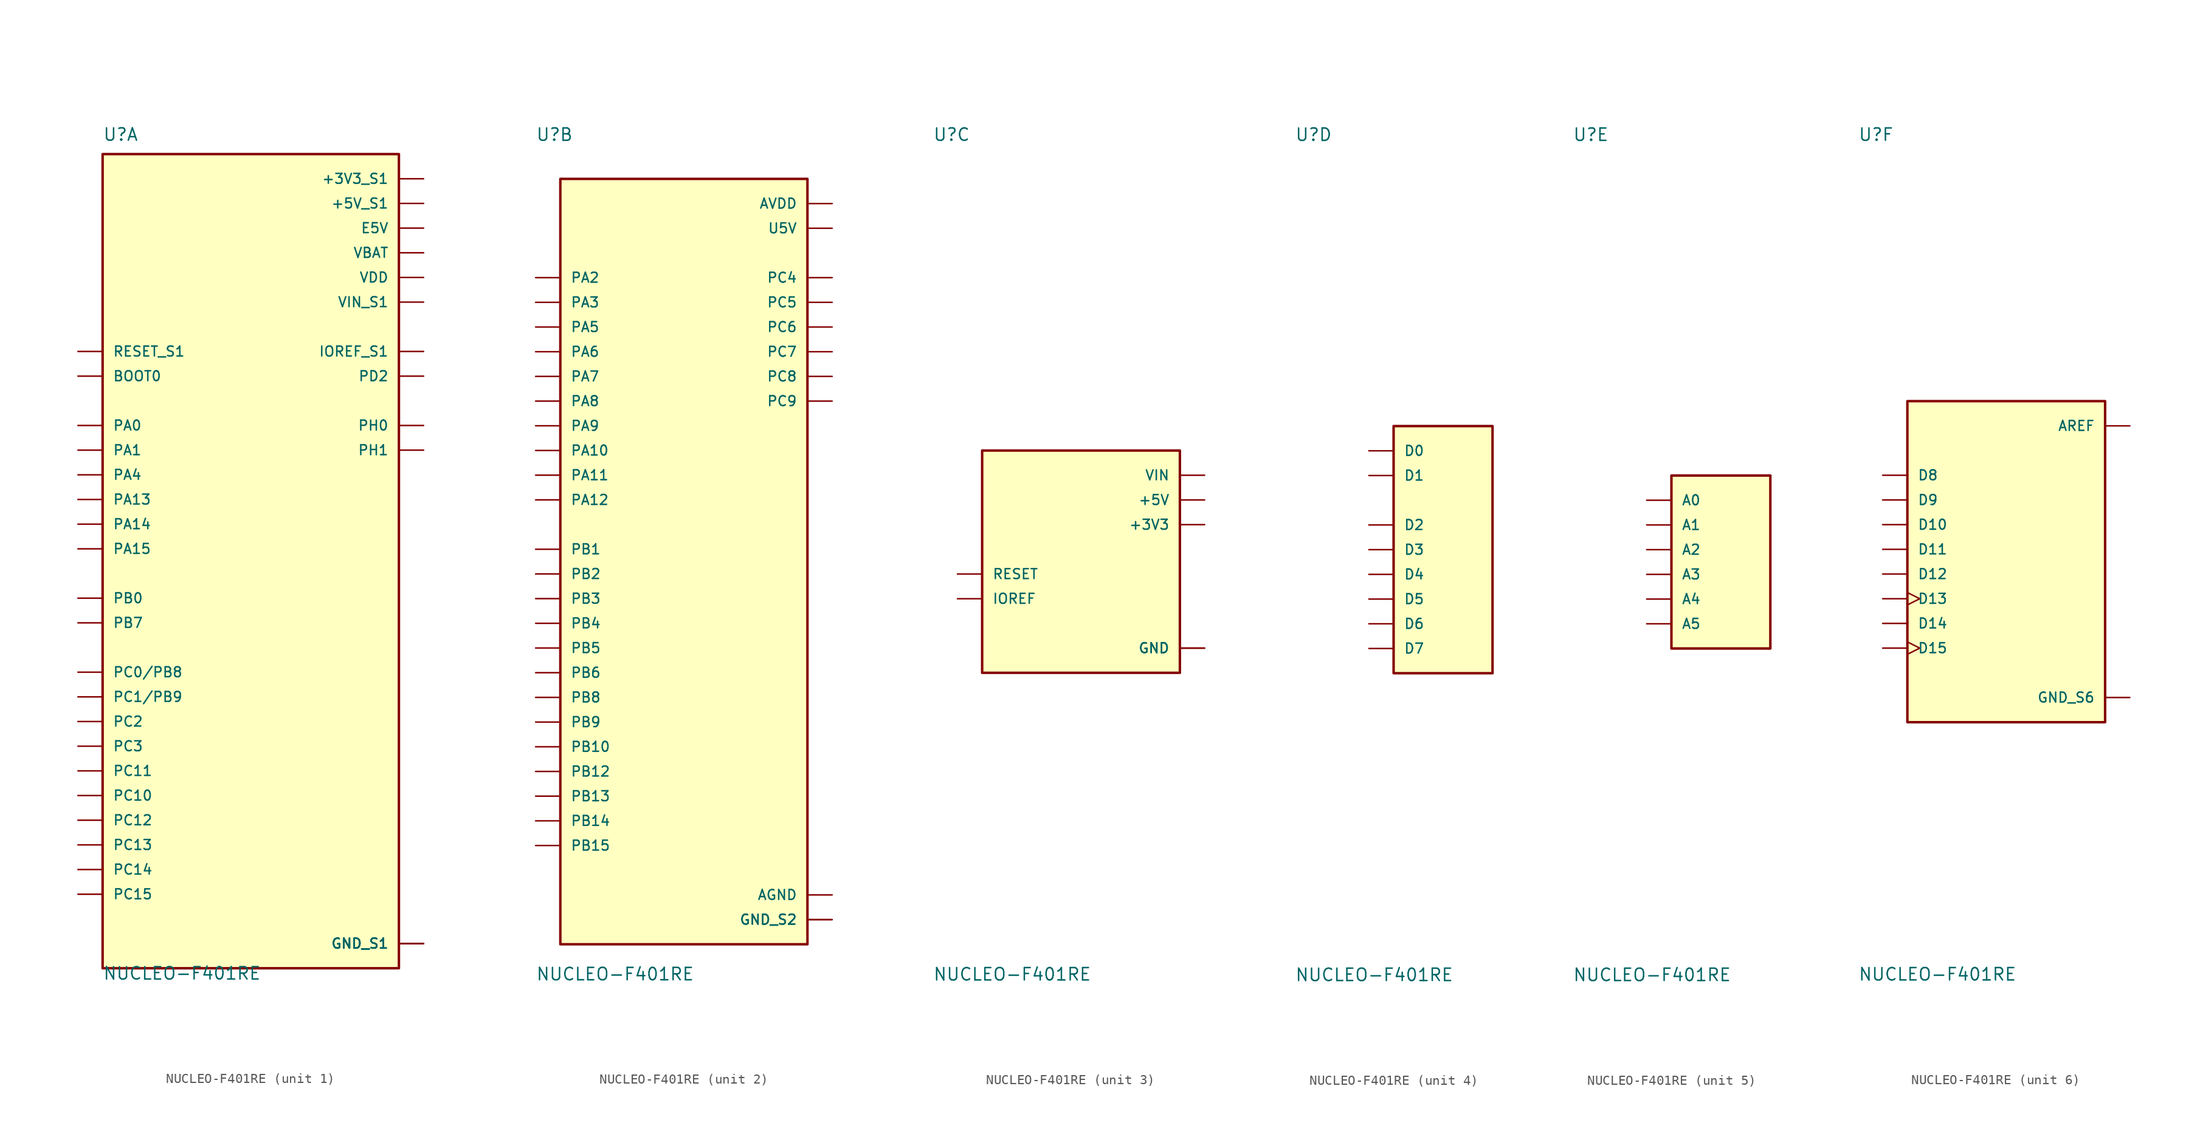
<source format=kicad_sym>
(kicad_symbol_lib
  (version 20211014)
  (generator kicad_symbol_editor)
  (symbol "NUCLEO-F401RE"
    (pin_numbers hide)
    (pin_names
      (offset 1.016))
    (property "Reference" "U"
      (at -15.24 41.91 0)
      (effects (font (size 1.27 1.27)) (justify left bottom)))
    (property "Value" "NUCLEO-F401RE"
      (at -15.24 -44.45 0)
      (effects (font (size 1.27 1.27)) (justify left bottom)))
    (property "ki_locked" ""
      (at 0 0 0)
      (effects (font (size 1.27 1.27))))
    (symbol "NUCLEO-F401RE_1_0"
      (rectangle (start -15.24 -43.18) (end 15.24 40.64) (stroke (width 0.254) (type default) (color 0 0 0 0)) (fill (type background)))
      (pin bidirectional line (at -17.78 -25.4 0) (length 2.54) (name "PC10" (effects (font (size 1.016 1.016)))) (number "CN7_1" (effects (font (size 1.016 1.016)))))
      (pin bidirectional line (at 17.78 20.32 180) (length 2.54) (name "IOREF_S1" (effects (font (size 1.016 1.016)))) (number "CN7_12" (effects (font (size 1.016 1.016)))))
      (pin bidirectional line (at -17.78 5.08 0) (length 2.54) (name "PA13" (effects (font (size 1.016 1.016)))) (number "CN7_13" (effects (font (size 1.016 1.016)))))
      (pin bidirectional line (at -17.78 20.32 0) (length 2.54) (name "RESET_S1" (effects (font (size 1.016 1.016)))) (number "CN7_14" (effects (font (size 1.016 1.016)))))
      (pin bidirectional line (at -17.78 2.54 0) (length 2.54) (name "PA14" (effects (font (size 1.016 1.016)))) (number "CN7_15" (effects (font (size 1.016 1.016)))))
      (pin power_in line (at 17.78 38.1 180) (length 2.54) (name "+3V3_S1" (effects (font (size 1.016 1.016)))) (number "CN7_16" (effects (font (size 1.016 1.016)))))
      (pin bidirectional line (at -17.78 0 0) (length 2.54) (name "PA15" (effects (font (size 1.016 1.016)))) (number "CN7_17" (effects (font (size 1.016 1.016)))))
      (pin power_in line (at 17.78 35.56 180) (length 2.54) (name "+5V_S1" (effects (font (size 1.016 1.016)))) (number "CN7_18" (effects (font (size 1.016 1.016)))))
      (pin power_in line (at 17.78 -40.64 180) (length 2.54) (name "GND_S1" (effects (font (size 1.016 1.016)))) (number "CN7_19" (effects (font (size 1.016 1.016)))))
      (pin bidirectional line (at -17.78 -22.86 0) (length 2.54) (name "PC11" (effects (font (size 1.016 1.016)))) (number "CN7_2" (effects (font (size 1.016 1.016)))))
      (pin power_in line (at 17.78 -40.64 180) (length 2.54) (name "GND_S1" (effects (font (size 1.016 1.016)))) (number "CN7_20" (effects (font (size 1.016 1.016)))))
      (pin bidirectional line (at -17.78 -7.62 0) (length 2.54) (name "PB7" (effects (font (size 1.016 1.016)))) (number "CN7_21" (effects (font (size 1.016 1.016)))))
      (pin power_in line (at 17.78 -40.64 180) (length 2.54) (name "GND_S1" (effects (font (size 1.016 1.016)))) (number "CN7_22" (effects (font (size 1.016 1.016)))))
      (pin bidirectional line (at -17.78 -30.48 0) (length 2.54) (name "PC13" (effects (font (size 1.016 1.016)))) (number "CN7_23" (effects (font (size 1.016 1.016)))))
      (pin power_in line (at 17.78 25.4 180) (length 2.54) (name "VIN_S1" (effects (font (size 1.016 1.016)))) (number "CN7_24" (effects (font (size 1.016 1.016)))))
      (pin bidirectional line (at -17.78 -33.02 0) (length 2.54) (name "PC14" (effects (font (size 1.016 1.016)))) (number "CN7_25" (effects (font (size 1.016 1.016)))))
      (pin bidirectional line (at -17.78 -35.56 0) (length 2.54) (name "PC15" (effects (font (size 1.016 1.016)))) (number "CN7_27" (effects (font (size 1.016 1.016)))))
      (pin bidirectional line (at -17.78 12.7 0) (length 2.54) (name "PA0" (effects (font (size 1.016 1.016)))) (number "CN7_28" (effects (font (size 1.016 1.016)))))
      (pin bidirectional line (at 17.78 12.7 180) (length 2.54) (name "PH0" (effects (font (size 1.016 1.016)))) (number "CN7_29" (effects (font (size 1.016 1.016)))))
      (pin bidirectional line (at -17.78 -27.94 0) (length 2.54) (name "PC12" (effects (font (size 1.016 1.016)))) (number "CN7_3" (effects (font (size 1.016 1.016)))))
      (pin bidirectional line (at -17.78 10.16 0) (length 2.54) (name "PA1" (effects (font (size 1.016 1.016)))) (number "CN7_30" (effects (font (size 1.016 1.016)))))
      (pin bidirectional line (at 17.78 10.16 180) (length 2.54) (name "PH1" (effects (font (size 1.016 1.016)))) (number "CN7_31" (effects (font (size 1.016 1.016)))))
      (pin bidirectional line (at -17.78 7.62 0) (length 2.54) (name "PA4" (effects (font (size 1.016 1.016)))) (number "CN7_32" (effects (font (size 1.016 1.016)))))
      (pin power_in line (at 17.78 30.48 180) (length 2.54) (name "VBAT" (effects (font (size 1.016 1.016)))) (number "CN7_33" (effects (font (size 1.016 1.016)))))
      (pin bidirectional line (at -17.78 -5.08 0) (length 2.54) (name "PB0" (effects (font (size 1.016 1.016)))) (number "CN7_34" (effects (font (size 1.016 1.016)))))
      (pin bidirectional line (at -17.78 -17.78 0) (length 2.54) (name "PC2" (effects (font (size 1.016 1.016)))) (number "CN7_35" (effects (font (size 1.016 1.016)))))
      (pin bidirectional line (at -17.78 -15.24 0) (length 2.54) (name "PC1/PB9" (effects (font (size 1.016 1.016)))) (number "CN7_36" (effects (font (size 1.016 1.016)))))
      (pin bidirectional line (at -17.78 -20.32 0) (length 2.54) (name "PC3" (effects (font (size 1.016 1.016)))) (number "CN7_37" (effects (font (size 1.016 1.016)))))
      (pin bidirectional line (at -17.78 -12.7 0) (length 2.54) (name "PC0/PB8" (effects (font (size 1.016 1.016)))) (number "CN7_38" (effects (font (size 1.016 1.016)))))
      (pin bidirectional line (at 17.78 17.78 180) (length 2.54) (name "PD2" (effects (font (size 1.016 1.016)))) (number "CN7_4" (effects (font (size 1.016 1.016)))))
      (pin power_in line (at 17.78 27.94 180) (length 2.54) (name "VDD" (effects (font (size 1.016 1.016)))) (number "CN7_5" (effects (font (size 1.016 1.016)))))
      (pin power_in line (at 17.78 33.02 180) (length 2.54) (name "E5V" (effects (font (size 1.016 1.016)))) (number "CN7_6" (effects (font (size 1.016 1.016)))))
      (pin bidirectional line (at -17.78 17.78 0) (length 2.54) (name "BOOT0" (effects (font (size 1.016 1.016)))) (number "CN7_7" (effects (font (size 1.016 1.016)))))
      (pin power_in line (at 17.78 -40.64 180) (length 2.54) (name "GND_S1" (effects (font (size 1.016 1.016)))) (number "CN7_8" (effects (font (size 1.016 1.016))))))
    (symbol "NUCLEO-F401RE_2_0"
      (rectangle (start -12.7 -40.64) (end 12.7 38.1) (stroke (width 0.254) (type default) (color 0 0 0 0)) (fill (type background)))
      (pin bidirectional line (at 15.24 15.24 180) (length 2.54) (name "PC9" (effects (font (size 1.016 1.016)))) (number "CN10_1" (effects (font (size 1.016 1.016)))))
      (pin bidirectional line (at -15.24 22.86 0) (length 2.54) (name "PA5" (effects (font (size 1.016 1.016)))) (number "CN10_11" (effects (font (size 1.016 1.016)))))
      (pin bidirectional line (at -15.24 5.08 0) (length 2.54) (name "PA12" (effects (font (size 1.016 1.016)))) (number "CN10_12" (effects (font (size 1.016 1.016)))))
      (pin bidirectional line (at -15.24 20.32 0) (length 2.54) (name "PA6" (effects (font (size 1.016 1.016)))) (number "CN10_13" (effects (font (size 1.016 1.016)))))
      (pin bidirectional line (at -15.24 7.62 0) (length 2.54) (name "PA11" (effects (font (size 1.016 1.016)))) (number "CN10_14" (effects (font (size 1.016 1.016)))))
      (pin bidirectional line (at -15.24 17.78 0) (length 2.54) (name "PA7" (effects (font (size 1.016 1.016)))) (number "CN10_15" (effects (font (size 1.016 1.016)))))
      (pin bidirectional line (at -15.24 -22.86 0) (length 2.54) (name "PB12" (effects (font (size 1.016 1.016)))) (number "CN10_16" (effects (font (size 1.016 1.016)))))
      (pin bidirectional line (at -15.24 -12.7 0) (length 2.54) (name "PB6" (effects (font (size 1.016 1.016)))) (number "CN10_17" (effects (font (size 1.016 1.016)))))
      (pin bidirectional line (at 15.24 20.32 180) (length 2.54) (name "PC7" (effects (font (size 1.016 1.016)))) (number "CN10_19" (effects (font (size 1.016 1.016)))))
      (pin bidirectional line (at 15.24 17.78 180) (length 2.54) (name "PC8" (effects (font (size 1.016 1.016)))) (number "CN10_2" (effects (font (size 1.016 1.016)))))
      (pin power_in line (at 15.24 -38.1 180) (length 2.54) (name "GND_S2" (effects (font (size 1.016 1.016)))) (number "CN10_20" (effects (font (size 1.016 1.016)))))
      (pin bidirectional line (at -15.24 12.7 0) (length 2.54) (name "PA9" (effects (font (size 1.016 1.016)))) (number "CN10_21" (effects (font (size 1.016 1.016)))))
      (pin bidirectional line (at -15.24 -2.54 0) (length 2.54) (name "PB2" (effects (font (size 1.016 1.016)))) (number "CN10_22" (effects (font (size 1.016 1.016)))))
      (pin bidirectional line (at -15.24 15.24 0) (length 2.54) (name "PA8" (effects (font (size 1.016 1.016)))) (number "CN10_23" (effects (font (size 1.016 1.016)))))
      (pin bidirectional line (at -15.24 0 0) (length 2.54) (name "PB1" (effects (font (size 1.016 1.016)))) (number "CN10_24" (effects (font (size 1.016 1.016)))))
      (pin bidirectional line (at -15.24 -20.32 0) (length 2.54) (name "PB10" (effects (font (size 1.016 1.016)))) (number "CN10_25" (effects (font (size 1.016 1.016)))))
      (pin bidirectional line (at -15.24 -30.48 0) (length 2.54) (name "PB15" (effects (font (size 1.016 1.016)))) (number "CN10_26" (effects (font (size 1.016 1.016)))))
      (pin bidirectional line (at -15.24 -7.62 0) (length 2.54) (name "PB4" (effects (font (size 1.016 1.016)))) (number "CN10_27" (effects (font (size 1.016 1.016)))))
      (pin bidirectional line (at -15.24 -27.94 0) (length 2.54) (name "PB14" (effects (font (size 1.016 1.016)))) (number "CN10_28" (effects (font (size 1.016 1.016)))))
      (pin bidirectional line (at -15.24 -10.16 0) (length 2.54) (name "PB5" (effects (font (size 1.016 1.016)))) (number "CN10_29" (effects (font (size 1.016 1.016)))))
      (pin bidirectional line (at -15.24 -15.24 0) (length 2.54) (name "PB8" (effects (font (size 1.016 1.016)))) (number "CN10_3" (effects (font (size 1.016 1.016)))))
      (pin bidirectional line (at -15.24 -25.4 0) (length 2.54) (name "PB13" (effects (font (size 1.016 1.016)))) (number "CN10_30" (effects (font (size 1.016 1.016)))))
      (pin bidirectional line (at -15.24 -5.08 0) (length 2.54) (name "PB3" (effects (font (size 1.016 1.016)))) (number "CN10_31" (effects (font (size 1.016 1.016)))))
      (pin power_in line (at 15.24 -35.56 180) (length 2.54) (name "AGND" (effects (font (size 1.016 1.016)))) (number "CN10_32" (effects (font (size 1.016 1.016)))))
      (pin bidirectional line (at -15.24 10.16 0) (length 2.54) (name "PA10" (effects (font (size 1.016 1.016)))) (number "CN10_33" (effects (font (size 1.016 1.016)))))
      (pin bidirectional line (at 15.24 27.94 180) (length 2.54) (name "PC4" (effects (font (size 1.016 1.016)))) (number "CN10_34" (effects (font (size 1.016 1.016)))))
      (pin bidirectional line (at -15.24 27.94 0) (length 2.54) (name "PA2" (effects (font (size 1.016 1.016)))) (number "CN10_35" (effects (font (size 1.016 1.016)))))
      (pin bidirectional line (at -15.24 25.4 0) (length 2.54) (name "PA3" (effects (font (size 1.016 1.016)))) (number "CN10_37" (effects (font (size 1.016 1.016)))))
      (pin bidirectional line (at 15.24 22.86 180) (length 2.54) (name "PC6" (effects (font (size 1.016 1.016)))) (number "CN10_4" (effects (font (size 1.016 1.016)))))
      (pin bidirectional line (at -15.24 -17.78 0) (length 2.54) (name "PB9" (effects (font (size 1.016 1.016)))) (number "CN10_5" (effects (font (size 1.016 1.016)))))
      (pin bidirectional line (at 15.24 25.4 180) (length 2.54) (name "PC5" (effects (font (size 1.016 1.016)))) (number "CN10_6" (effects (font (size 1.016 1.016)))))
      (pin power_in line (at 15.24 35.56 180) (length 2.54) (name "AVDD" (effects (font (size 1.016 1.016)))) (number "CN10_7" (effects (font (size 1.016 1.016)))))
      (pin power_in line (at 15.24 33.02 180) (length 2.54) (name "U5V" (effects (font (size 1.016 1.016)))) (number "CN10_8" (effects (font (size 1.016 1.016)))))
      (pin power_in line (at 15.24 -38.1 180) (length 2.54) (name "GND_S2" (effects (font (size 1.016 1.016)))) (number "CN10_9" (effects (font (size 1.016 1.016))))))
    (symbol "NUCLEO-F401RE_3_0"
      (rectangle (start -10.16 -12.7) (end 10.16 10.16) (stroke (width 0.254) (type default) (color 0 0 0 0)) (fill (type background)))
      (pin bidirectional line (at -12.7 -5.08 0) (length 2.54) (name "IOREF" (effects (font (size 1.016 1.016)))) (number "CN6_2" (effects (font (size 1.016 1.016)))))
      (pin bidirectional line (at -12.7 -2.54 0) (length 2.54) (name "RESET" (effects (font (size 1.016 1.016)))) (number "CN6_3" (effects (font (size 1.016 1.016)))))
      (pin power_in line (at 12.7 2.54 180) (length 2.54) (name "+3V3" (effects (font (size 1.016 1.016)))) (number "CN6_4" (effects (font (size 1.016 1.016)))))
      (pin power_in line (at 12.7 5.08 180) (length 2.54) (name "+5V" (effects (font (size 1.016 1.016)))) (number "CN6_5" (effects (font (size 1.016 1.016)))))
      (pin power_in line (at 12.7 -10.16 180) (length 2.54) (name "GND" (effects (font (size 1.016 1.016)))) (number "CN6_6" (effects (font (size 1.016 1.016)))))
      (pin power_in line (at 12.7 -10.16 180) (length 2.54) (name "GND" (effects (font (size 1.016 1.016)))) (number "CN6_7" (effects (font (size 1.016 1.016)))))
      (pin power_in line (at 12.7 7.62 180) (length 2.54) (name "VIN" (effects (font (size 1.016 1.016)))) (number "CN6_8" (effects (font (size 1.016 1.016))))))
    (symbol "NUCLEO-F401RE_4_0"
      (rectangle (start -5.08 -12.7) (end 5.08 12.7) (stroke (width 0.254) (type default) (color 0 0 0 0)) (fill (type background)))
      (pin input line (at -7.62 10.16 0) (length 2.54) (name "D0" (effects (font (size 1.016 1.016)))) (number "CN9_1" (effects (font (size 1.016 1.016)))))
      (pin output line (at -7.62 7.62 0) (length 2.54) (name "D1" (effects (font (size 1.016 1.016)))) (number "CN9_2" (effects (font (size 1.016 1.016)))))
      (pin bidirectional line (at -7.62 2.54 0) (length 2.54) (name "D2" (effects (font (size 1.016 1.016)))) (number "CN9_3" (effects (font (size 1.016 1.016)))))
      (pin bidirectional line (at -7.62 0 0) (length 2.54) (name "D3" (effects (font (size 1.016 1.016)))) (number "CN9_4" (effects (font (size 1.016 1.016)))))
      (pin bidirectional line (at -7.62 -2.54 0) (length 2.54) (name "D4" (effects (font (size 1.016 1.016)))) (number "CN9_5" (effects (font (size 1.016 1.016)))))
      (pin bidirectional line (at -7.62 -5.08 0) (length 2.54) (name "D5" (effects (font (size 1.016 1.016)))) (number "CN9_6" (effects (font (size 1.016 1.016)))))
      (pin bidirectional line (at -7.62 -7.62 0) (length 2.54) (name "D6" (effects (font (size 1.016 1.016)))) (number "CN9_7" (effects (font (size 1.016 1.016)))))
      (pin bidirectional line (at -7.62 -10.16 0) (length 2.54) (name "D7" (effects (font (size 1.016 1.016)))) (number "CN9_8" (effects (font (size 1.016 1.016))))))
    (symbol "NUCLEO-F401RE_5_0"
      (rectangle (start -5.08 -10.16) (end 5.08 7.62) (stroke (width 0.254) (type default) (color 0 0 0 0)) (fill (type background)))
      (pin input line (at -7.62 5.08 0) (length 2.54) (name "A0" (effects (font (size 1.016 1.016)))) (number "CN8_1" (effects (font (size 1.016 1.016)))))
      (pin input line (at -7.62 2.54 0) (length 2.54) (name "A1" (effects (font (size 1.016 1.016)))) (number "CN8_2" (effects (font (size 1.016 1.016)))))
      (pin input line (at -7.62 0 0) (length 2.54) (name "A2" (effects (font (size 1.016 1.016)))) (number "CN8_3" (effects (font (size 1.016 1.016)))))
      (pin input line (at -7.62 -2.54 0) (length 2.54) (name "A3" (effects (font (size 1.016 1.016)))) (number "CN8_4" (effects (font (size 1.016 1.016)))))
      (pin input line (at -7.62 -5.08 0) (length 2.54) (name "A4" (effects (font (size 1.016 1.016)))) (number "CN8_5" (effects (font (size 1.016 1.016)))))
      (pin input line (at -7.62 -7.62 0) (length 2.54) (name "A5" (effects (font (size 1.016 1.016)))) (number "CN8_6" (effects (font (size 1.016 1.016))))))
    (symbol "NUCLEO-F401RE_6_0"
      (rectangle (start -10.16 -17.78) (end 10.16 15.24) (stroke (width 0.254) (type default) (color 0 0 0 0)) (fill (type background)))
      (pin bidirectional line (at -12.7 7.62 0) (length 2.54) (name "D8" (effects (font (size 1.016 1.016)))) (number "CN5_1" (effects (font (size 1.016 1.016)))))
      (pin bidirectional clock (at -12.7 -10.16 0) (length 2.54) (name "D15" (effects (font (size 1.016 1.016)))) (number "CN5_10" (effects (font (size 1.016 1.016)))))
      (pin bidirectional line (at -12.7 5.08 0) (length 2.54) (name "D9" (effects (font (size 1.016 1.016)))) (number "CN5_2" (effects (font (size 1.016 1.016)))))
      (pin bidirectional line (at -12.7 2.54 0) (length 2.54) (name "D10" (effects (font (size 1.016 1.016)))) (number "CN5_3" (effects (font (size 1.016 1.016)))))
      (pin bidirectional line (at -12.7 0 0) (length 2.54) (name "D11" (effects (font (size 1.016 1.016)))) (number "CN5_4" (effects (font (size 1.016 1.016)))))
      (pin bidirectional line (at -12.7 -2.54 0) (length 2.54) (name "D12" (effects (font (size 1.016 1.016)))) (number "CN5_5" (effects (font (size 1.016 1.016)))))
      (pin bidirectional clock (at -12.7 -5.08 0) (length 2.54) (name "D13" (effects (font (size 1.016 1.016)))) (number "CN5_6" (effects (font (size 1.016 1.016)))))
      (pin power_in line (at 12.7 -15.24 180) (length 2.54) (name "GND_S6" (effects (font (size 1.016 1.016)))) (number "CN5_7" (effects (font (size 1.016 1.016)))))
      (pin power_in line (at 12.7 12.7 180) (length 2.54) (name "AREF" (effects (font (size 1.016 1.016)))) (number "CN5_8" (effects (font (size 1.016 1.016)))))
      (pin bidirectional line (at -12.7 -7.62 0) (length 2.54) (name "D14" (effects (font (size 1.016 1.016)))) (number "CN5_9" (effects (font (size 1.016 1.016))))))))
</source>
